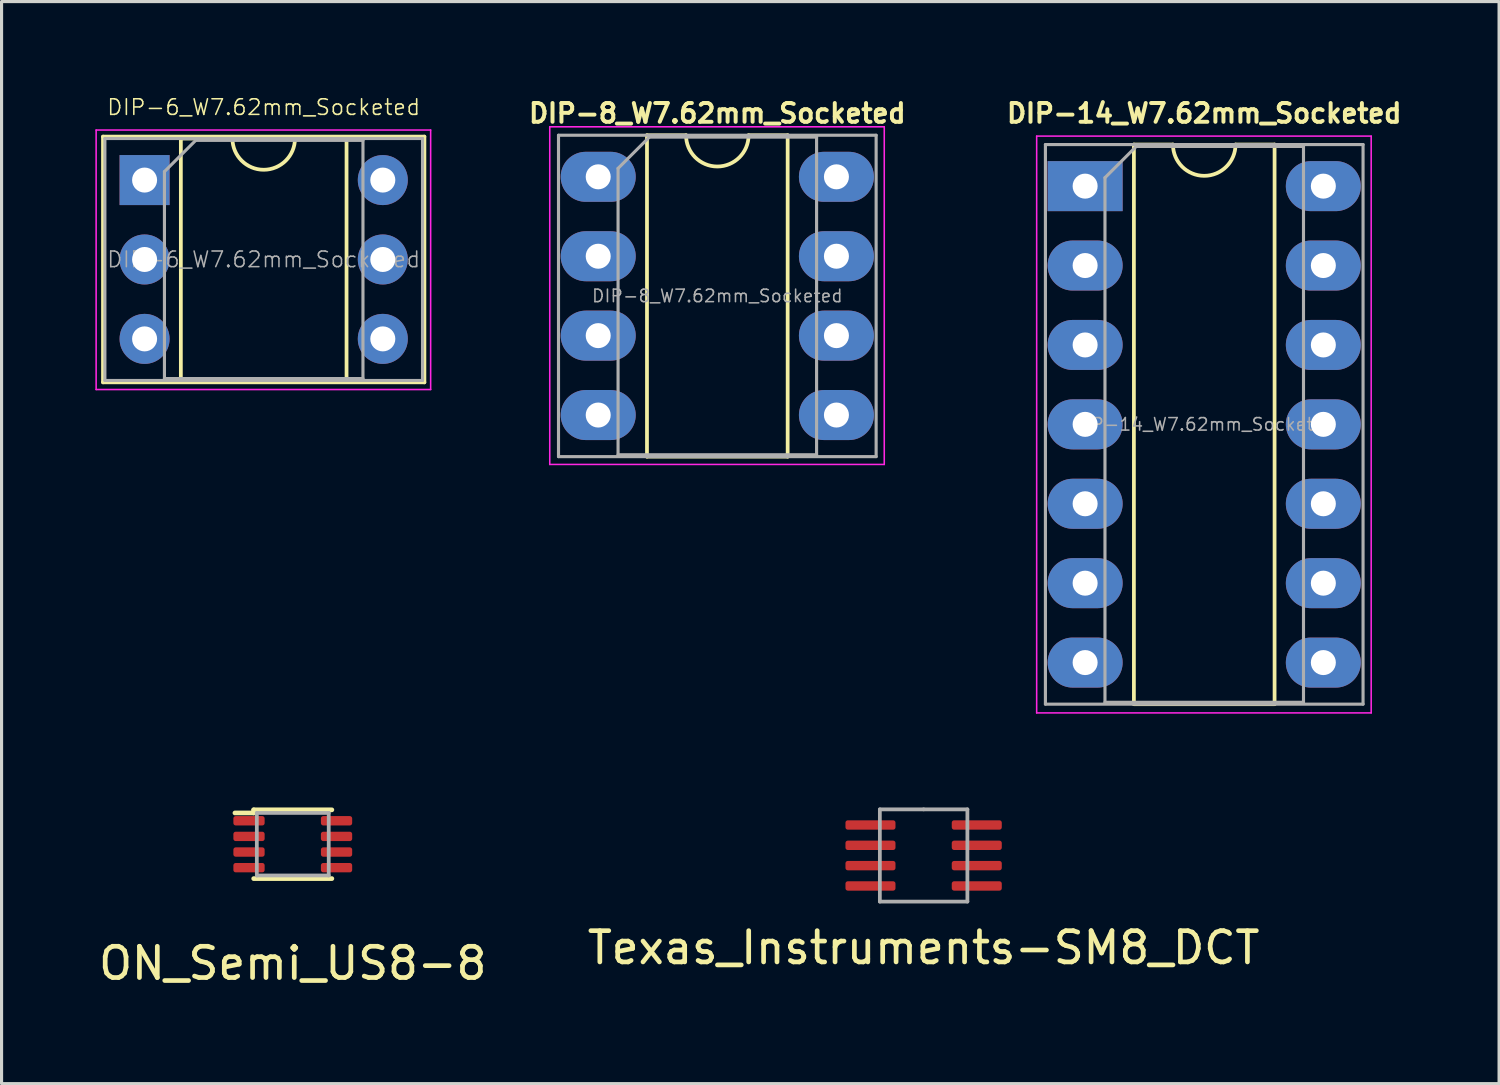
<source format=kicad_pcb>
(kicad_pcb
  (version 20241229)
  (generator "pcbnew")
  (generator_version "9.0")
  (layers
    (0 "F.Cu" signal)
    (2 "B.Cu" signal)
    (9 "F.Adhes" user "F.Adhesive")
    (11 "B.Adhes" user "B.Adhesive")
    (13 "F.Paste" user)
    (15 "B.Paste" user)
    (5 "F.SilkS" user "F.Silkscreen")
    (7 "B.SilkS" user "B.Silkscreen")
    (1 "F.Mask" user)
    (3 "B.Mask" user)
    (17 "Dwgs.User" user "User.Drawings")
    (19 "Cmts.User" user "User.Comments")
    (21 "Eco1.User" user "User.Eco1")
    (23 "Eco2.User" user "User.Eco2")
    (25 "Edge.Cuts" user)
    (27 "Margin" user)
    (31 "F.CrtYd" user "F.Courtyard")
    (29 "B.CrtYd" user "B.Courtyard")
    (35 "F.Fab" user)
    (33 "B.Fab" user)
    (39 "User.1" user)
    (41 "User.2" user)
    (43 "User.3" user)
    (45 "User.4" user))
  (footprint "DIP-8_W7.62mm_Socketed"
    (layer "F.Cu")
    (at 16.085 2.606)
    (property "Reference" "DIP-8_W7.62mm_Socketed" (at 3.81 -2.032 0) (layer "F.SilkS") (effects (font (size 0.6 0.6) (thickness 0.127))))
    (attr through_hole)
    (fp_line (start 1.56 -1.33) (end 1.56 8.95) (stroke (width 0.12) (type solid)) (layer "F.SilkS"))
    (fp_line (start 1.56 8.95) (end 6.06 8.95) (stroke (width 0.12) (type solid)) (layer "F.SilkS"))
    (fp_line (start 2.81 -1.33) (end 1.56 -1.33) (stroke (width 0.12) (type solid)) (layer "F.SilkS"))
    (fp_line (start 6.06 -1.33) (end 4.81 -1.33) (stroke (width 0.12) (type solid)) (layer "F.SilkS"))
    (fp_line (start 6.06 8.95) (end 6.06 -1.33) (stroke (width 0.12) (type solid)) (layer "F.SilkS"))
    (fp_arc (start 4.81 -1.33) (mid 3.81 -0.33) (end 2.81 -1.33) (stroke (width 0.12) (type solid)) (layer "F.SilkS"))
    (fp_line (start -1.55 -1.6) (end -1.55 9.2) (stroke (width 0.05) (type solid)) (layer "F.CrtYd"))
    (fp_line (start -1.55 9.2) (end 9.15 9.2) (stroke (width 0.05) (type solid)) (layer "F.CrtYd"))
    (fp_line (start 9.15 -1.6) (end -1.55 -1.6) (stroke (width 0.05) (type solid)) (layer "F.CrtYd"))
    (fp_line (start 9.15 9.2) (end 9.15 -1.6) (stroke (width 0.05) (type solid)) (layer "F.CrtYd"))
    (fp_line (start -1.27 -1.33) (end -1.27 8.95) (stroke (width 0.1) (type solid)) (layer "F.Fab"))
    (fp_line (start -1.27 8.95) (end 8.89 8.95) (stroke (width 0.1) (type solid)) (layer "F.Fab"))
    (fp_line (start 0.635 -0.27) (end 1.635 -1.27) (stroke (width 0.1) (type solid)) (layer "F.Fab"))
    (fp_line (start 0.635 8.89) (end 0.635 -0.27) (stroke (width 0.1) (type solid)) (layer "F.Fab"))
    (fp_line (start 1.635 -1.27) (end 6.985 -1.27) (stroke (width 0.1) (type solid)) (layer "F.Fab"))
    (fp_line (start 6.985 -1.27) (end 6.985 8.89) (stroke (width 0.1) (type solid)) (layer "F.Fab"))
    (fp_line (start 6.985 8.89) (end 0.635 8.89) (stroke (width 0.1) (type solid)) (layer "F.Fab"))
    (fp_line (start 8.89 -1.33) (end -1.27 -1.33) (stroke (width 0.1) (type solid)) (layer "F.Fab"))
    (fp_line (start 8.89 8.95) (end 8.89 -1.33) (stroke (width 0.1) (type solid)) (layer "F.Fab"))
    (fp_text user "${REFERENCE}" (at 3.81 3.81 0) (layer "F.Fab") (effects (font (size 0.4 0.4) (thickness 0.05))))
    (pad "1" thru_hole oval (at 0 0) (size 2.4 1.6) (drill 0.8) (layers "*.Cu" "*.Mask"))
    (pad "2" thru_hole oval (at 0 2.54) (size 2.4 1.6) (drill 0.8) (layers "*.Cu" "*.Mask"))
    (pad "3" thru_hole oval (at 0 5.08) (size 2.4 1.6) (drill 0.8) (layers "*.Cu" "*.Mask"))
    (pad "4" thru_hole oval (at 0 7.62) (size 2.4 1.6) (drill 0.8) (layers "*.Cu" "*.Mask"))
    (pad "5" thru_hole oval (at 7.62 7.62) (size 2.4 1.6) (drill 0.8) (layers "*.Cu" "*.Mask"))
    (pad "6" thru_hole oval (at 7.62 5.08) (size 2.4 1.6) (drill 0.8) (layers "*.Cu" "*.Mask"))
    (pad "7" thru_hole oval (at 7.62 2.54) (size 2.4 1.6) (drill 0.8) (layers "*.Cu" "*.Mask"))
    (pad "8" thru_hole oval (at 7.62 0) (size 2.4 1.6) (drill 0.8) (layers "*.Cu" "*.Mask")))
  (footprint "DIP-14_W7.62mm_Socketed"
    (layer "F.Cu")
    (at 35.47 10.524)
    (property "Reference" "DIP-14_W7.62mm_Socketed" (at 0 -9.95 0) (layer "F.SilkS") (effects (font (size 0.6 0.6) (thickness 0.127))))
    (attr through_hole)
    (fp_line (start -2.25 -8.95) (end -2.25 8.95) (stroke (width 0.12) (type solid)) (layer "F.SilkS"))
    (fp_line (start -2.25 8.95) (end 2.25 8.95) (stroke (width 0.12) (type solid)) (layer "F.SilkS"))
    (fp_line (start -1 -8.95) (end -2.25 -8.95) (stroke (width 0.12) (type solid)) (layer "F.SilkS"))
    (fp_line (start 2.25 -8.95) (end 1 -8.95) (stroke (width 0.12) (type solid)) (layer "F.SilkS"))
    (fp_line (start 2.25 8.95) (end 2.25 -8.95) (stroke (width 0.12) (type solid)) (layer "F.SilkS"))
    (fp_arc (start 1 -8.95) (mid 0 -7.95) (end -1 -8.95) (stroke (width 0.12) (type solid)) (layer "F.SilkS"))
    (fp_line (start -5.36 -9.22) (end -5.36 9.23) (stroke (width 0.05) (type solid)) (layer "F.CrtYd"))
    (fp_line (start -5.36 9.23) (end 5.34 9.23) (stroke (width 0.05) (type solid)) (layer "F.CrtYd"))
    (fp_line (start 5.34 -9.22) (end -5.36 -9.22) (stroke (width 0.05) (type solid)) (layer "F.CrtYd"))
    (fp_line (start 5.34 9.23) (end 5.34 -9.22) (stroke (width 0.05) (type solid)) (layer "F.CrtYd"))
    (fp_line (start -5.08 -8.95) (end -5.08 8.95) (stroke (width 0.1) (type solid)) (layer "F.Fab"))
    (fp_line (start -5.08 8.95) (end 5.08 8.95) (stroke (width 0.1) (type solid)) (layer "F.Fab"))
    (fp_line (start -3.175 -7.89) (end -2.175 -8.89) (stroke (width 0.1) (type solid)) (layer "F.Fab"))
    (fp_line (start -3.175 8.89) (end -3.175 -7.89) (stroke (width 0.1) (type solid)) (layer "F.Fab"))
    (fp_line (start -2.175 -8.89) (end 3.175 -8.89) (stroke (width 0.1) (type solid)) (layer "F.Fab"))
    (fp_line (start 3.175 -8.89) (end 3.175 8.89) (stroke (width 0.1) (type solid)) (layer "F.Fab"))
    (fp_line (start 3.175 8.89) (end -3.175 8.89) (stroke (width 0.1) (type solid)) (layer "F.Fab"))
    (fp_line (start 5.08 -8.95) (end -5.08 -8.95) (stroke (width 0.1) (type solid)) (layer "F.Fab"))
    (fp_line (start 5.08 8.95) (end 5.08 -8.95) (stroke (width 0.1) (type solid)) (layer "F.Fab"))
    (fp_text user "${REFERENCE}" (at 0 0 0) (layer "F.Fab") (effects (font (size 0.4 0.4) (thickness 0.05))))
    (pad "1" thru_hole rect (at -3.81 -7.62) (size 2.4 1.6) (drill 0.8) (layers "*.Cu" "*.Mask"))
    (pad "2" thru_hole oval (at -3.81 -5.08) (size 2.4 1.6) (drill 0.8) (layers "*.Cu" "*.Mask"))
    (pad "3" thru_hole oval (at -3.81 -2.54) (size 2.4 1.6) (drill 0.8) (layers "*.Cu" "*.Mask"))
    (pad "4" thru_hole oval (at -3.81 0) (size 2.4 1.6) (drill 0.8) (layers "*.Cu" "*.Mask"))
    (pad "5" thru_hole oval (at -3.81 2.54) (size 2.4 1.6) (drill 0.8) (layers "*.Cu" "*.Mask"))
    (pad "6" thru_hole oval (at -3.81 5.08) (size 2.4 1.6) (drill 0.8) (layers "*.Cu" "*.Mask"))
    (pad "7" thru_hole oval (at -3.81 7.62) (size 2.4 1.6) (drill 0.8) (layers "*.Cu" "*.Mask"))
    (pad "8" thru_hole oval (at 3.81 7.62) (size 2.4 1.6) (drill 0.8) (layers "*.Cu" "*.Mask"))
    (pad "9" thru_hole oval (at 3.81 5.08) (size 2.4 1.6) (drill 0.8) (layers "*.Cu" "*.Mask"))
    (pad "10" thru_hole oval (at 3.81 2.54) (size 2.4 1.6) (drill 0.8) (layers "*.Cu" "*.Mask"))
    (pad "11" thru_hole oval (at 3.81 0) (size 2.4 1.6) (drill 0.8) (layers "*.Cu" "*.Mask"))
    (pad "12" thru_hole oval (at 3.81 -2.54) (size 2.4 1.6) (drill 0.8) (layers "*.Cu" "*.Mask"))
    (pad "13" thru_hole oval (at 3.81 -5.08) (size 2.4 1.6) (drill 0.8) (layers "*.Cu" "*.Mask"))
    (pad "14" thru_hole oval (at 3.81 -7.62) (size 2.4 1.6) (drill 0.8) (layers "*.Cu" "*.Mask")))
  (footprint "Texas_Instruments-SM8_DCT"
    (layer "F.Cu")
    (at 26.494 24.314)
    (property "Reference" "Texas_Instruments-SM8_DCT" (at 0 2.95 0) (layer "F.SilkS") (effects (font (size 1 1) (thickness 0.15))))
    (attr through_hole)
    (fp_line (start -1.4 -1.475) (end -1.4 1.475) (stroke (width 0.12) (type solid)) (layer "F.Fab"))
    (fp_line (start -1.4 1.475) (end 1.4 1.475) (stroke (width 0.12) (type solid)) (layer "F.Fab"))
    (fp_line (start 0 -1.475) (end -1.4 -1.475) (stroke (width 0.12) (type solid)) (layer "F.Fab"))
    (fp_line (start 1.4 -1.475) (end 0 -1.475) (stroke (width 0.12) (type solid)) (layer "F.Fab"))
    (fp_line (start 1.4 1.475) (end 1.4 -1.475) (stroke (width 0.12) (type solid)) (layer "F.Fab"))
    (pad "1" smd roundrect (at -1.7 -0.975) (size 1.6 0.3) (layers "F.Cu" "F.Mask" "F.Paste") (roundrect_rratio 0.25))
    (pad "2" smd roundrect (at -1.7 -0.325) (size 1.6 0.3) (layers "F.Cu" "F.Mask" "F.Paste") (roundrect_rratio 0.25))
    (pad "3" smd roundrect (at -1.7 0.325) (size 1.6 0.3) (layers "F.Cu" "F.Mask" "F.Paste") (roundrect_rratio 0.25))
    (pad "4" smd roundrect (at -1.7 0.975) (size 1.6 0.3) (layers "F.Cu" "F.Mask" "F.Paste") (roundrect_rratio 0.25))
    (pad "5" smd roundrect (at 1.7 0.975) (size 1.6 0.3) (layers "F.Cu" "F.Mask" "F.Paste") (roundrect_rratio 0.25))
    (pad "6" smd roundrect (at 1.7 0.325) (size 1.6 0.3) (layers "F.Cu" "F.Mask" "F.Paste") (roundrect_rratio 0.25))
    (pad "7" smd roundrect (at 1.7 -0.325) (size 1.6 0.3) (layers "F.Cu" "F.Mask" "F.Paste") (roundrect_rratio 0.25))
    (pad "8" smd roundrect (at 1.7 -0.975) (size 1.6 0.3) (layers "F.Cu" "F.Mask" "F.Paste") (roundrect_rratio 0.25)))
  (footprint "ON_Semi_US8-8"
    (layer "F.Cu")
    (at 6.315 23.954)
    (property "Reference" "ON_Semi_US8-8" (at 0 3.81 0) (layer "F.SilkS") (effects (font (size 1 1) (thickness 0.15))))
    (attr through_hole)
    (fp_line (start -1.25 -1.1) (end -1.25 -1) (stroke (width 0.15) (type solid)) (layer "F.SilkS"))
    (fp_line (start -1.25 -1.1) (end 1.25 -1.1) (stroke (width 0.15) (type solid)) (layer "F.SilkS"))
    (fp_line (start -1.25 -1) (end -1.85 -1) (stroke (width 0.15) (type solid)) (layer "F.SilkS"))
    (fp_line (start 1.25 1.1) (end -1.25 1.1) (stroke (width 0.15) (type solid)) (layer "F.SilkS"))
    (fp_line (start -1.15 -1) (end -1.15 1) (stroke (width 0.12) (type solid)) (layer "F.Fab"))
    (fp_line (start -1.15 1) (end 1.15 1) (stroke (width 0.12) (type solid)) (layer "F.Fab"))
    (fp_line (start 1.15 -1) (end -1.15 -1) (stroke (width 0.12) (type solid)) (layer "F.Fab"))
    (fp_line (start 1.15 1) (end 1.15 -1) (stroke (width 0.12) (type solid)) (layer "F.Fab"))
    (pad "1" smd roundrect (at -1.4 -0.75) (size 1 0.3) (layers "F.Cu" "F.Mask" "F.Paste") (roundrect_rratio 0.25))
    (pad "2" smd roundrect (at -1.4 -0.25) (size 1 0.3) (layers "F.Cu" "F.Mask" "F.Paste") (roundrect_rratio 0.25))
    (pad "3" smd roundrect (at -1.4 0.25) (size 1 0.3) (layers "F.Cu" "F.Mask" "F.Paste") (roundrect_rratio 0.25))
    (pad "4" smd roundrect (at -1.4 0.75) (size 1 0.3) (layers "F.Cu" "F.Mask" "F.Paste") (roundrect_rratio 0.25))
    (pad "5" smd roundrect (at 1.4 0.75) (size 1 0.3) (layers "F.Cu" "F.Mask" "F.Paste") (roundrect_rratio 0.25))
    (pad "6" smd roundrect (at 1.4 0.25) (size 1 0.3) (layers "F.Cu" "F.Mask" "F.Paste") (roundrect_rratio 0.25))
    (pad "7" smd roundrect (at 1.4 -0.25) (size 1 0.3) (layers "F.Cu" "F.Mask" "F.Paste") (roundrect_rratio 0.25))
    (pad "8" smd roundrect (at 1.4 -0.75) (size 1 0.3) (layers "F.Cu" "F.Mask" "F.Paste") (roundrect_rratio 0.25)))
  (footprint "DIP-6_W7.62mm_Socketed"
    (layer "F.Cu")
    (at 5.385 5.25)
    (property "Reference" "DIP-6_W7.62mm_Socketed" (at 0 -4.87 0) (layer "F.SilkS") (effects (font (size 0.5 0.5) (thickness 0.05))))
    (attr through_hole)
    (fp_line (start -5.14 -3.93) (end -5.14 3.93) (stroke (width 0.12) (type solid)) (layer "F.SilkS"))
    (fp_line (start -5.14 3.93) (end 5.14 3.93) (stroke (width 0.12) (type solid)) (layer "F.SilkS"))
    (fp_line (start -2.65 -3.87) (end -2.65 3.87) (stroke (width 0.12) (type solid)) (layer "F.SilkS"))
    (fp_line (start -2.65 3.87) (end 2.65 3.87) (stroke (width 0.12) (type solid)) (layer "F.SilkS"))
    (fp_line (start -1 -3.87) (end -2.65 -3.87) (stroke (width 0.12) (type solid)) (layer "F.SilkS"))
    (fp_line (start 2.65 -3.87) (end 1 -3.87) (stroke (width 0.12) (type solid)) (layer "F.SilkS"))
    (fp_line (start 2.65 3.87) (end 2.65 -3.87) (stroke (width 0.12) (type solid)) (layer "F.SilkS"))
    (fp_line (start 5.14 -3.93) (end -5.14 -3.93) (stroke (width 0.12) (type solid)) (layer "F.SilkS"))
    (fp_line (start 5.14 3.93) (end 5.14 -3.93) (stroke (width 0.12) (type solid)) (layer "F.SilkS"))
    (fp_arc (start 1 -3.87) (mid 0 -2.87) (end -1 -3.87) (stroke (width 0.12) (type solid)) (layer "F.SilkS"))
    (fp_line (start -5.36 -4.14) (end -5.36 4.16) (stroke (width 0.05) (type solid)) (layer "F.CrtYd"))
    (fp_line (start -5.36 4.16) (end 5.34 4.16) (stroke (width 0.05) (type solid)) (layer "F.CrtYd"))
    (fp_line (start 5.34 -4.14) (end -5.36 -4.14) (stroke (width 0.05) (type solid)) (layer "F.CrtYd"))
    (fp_line (start 5.34 4.16) (end 5.34 -4.14) (stroke (width 0.05) (type solid)) (layer "F.CrtYd"))
    (fp_line (start -5.08 -3.87) (end -5.08 3.87) (stroke (width 0.1) (type solid)) (layer "F.Fab"))
    (fp_line (start -5.08 3.87) (end 5.08 3.87) (stroke (width 0.1) (type solid)) (layer "F.Fab"))
    (fp_line (start -3.175 -2.81) (end -2.175 -3.81) (stroke (width 0.1) (type solid)) (layer "F.Fab"))
    (fp_line (start -3.175 3.81) (end -3.175 -2.81) (stroke (width 0.1) (type solid)) (layer "F.Fab"))
    (fp_line (start -2.175 -3.81) (end 3.175 -3.81) (stroke (width 0.1) (type solid)) (layer "F.Fab"))
    (fp_line (start 3.175 -3.81) (end 3.175 3.81) (stroke (width 0.1) (type solid)) (layer "F.Fab"))
    (fp_line (start 3.175 3.81) (end -3.175 3.81) (stroke (width 0.1) (type solid)) (layer "F.Fab"))
    (fp_line (start 5.08 -3.87) (end -5.08 -3.87) (stroke (width 0.1) (type solid)) (layer "F.Fab"))
    (fp_line (start 5.08 3.87) (end 5.08 -3.87) (stroke (width 0.1) (type solid)) (layer "F.Fab"))
    (fp_text user "${REFERENCE}" (at 0 0 0) (layer "F.Fab") (effects (font (size 0.5 0.5) (thickness 0.05))))
    (pad "1" thru_hole rect (at -3.81 -2.54) (size 1.6 1.6) (drill 0.8) (layers "*.Cu" "*.Mask"))
    (pad "2" thru_hole oval (at -3.81 0) (size 1.6 1.6) (drill 0.8) (layers "*.Cu" "*.Mask"))
    (pad "3" thru_hole oval (at -3.81 2.54) (size 1.6 1.6) (drill 0.8) (layers "*.Cu" "*.Mask"))
    (pad "4" thru_hole oval (at 3.81 2.54) (size 1.6 1.6) (drill 0.8) (layers "*.Cu" "*.Mask"))
    (pad "5" thru_hole oval (at 3.81 0) (size 1.6 1.6) (drill 0.8) (layers "*.Cu" "*.Mask"))
    (pad "6" thru_hole oval (at 3.81 -2.54) (size 1.6 1.6) (drill 0.8) (layers "*.Cu" "*.Mask")))
  (gr_rect
    (start -3 -3)
    (end 44.901 31.612)
    (stroke (width 0.1) (type default))
    (fill no)
    (layer "Edge.Cuts")))
</source>
